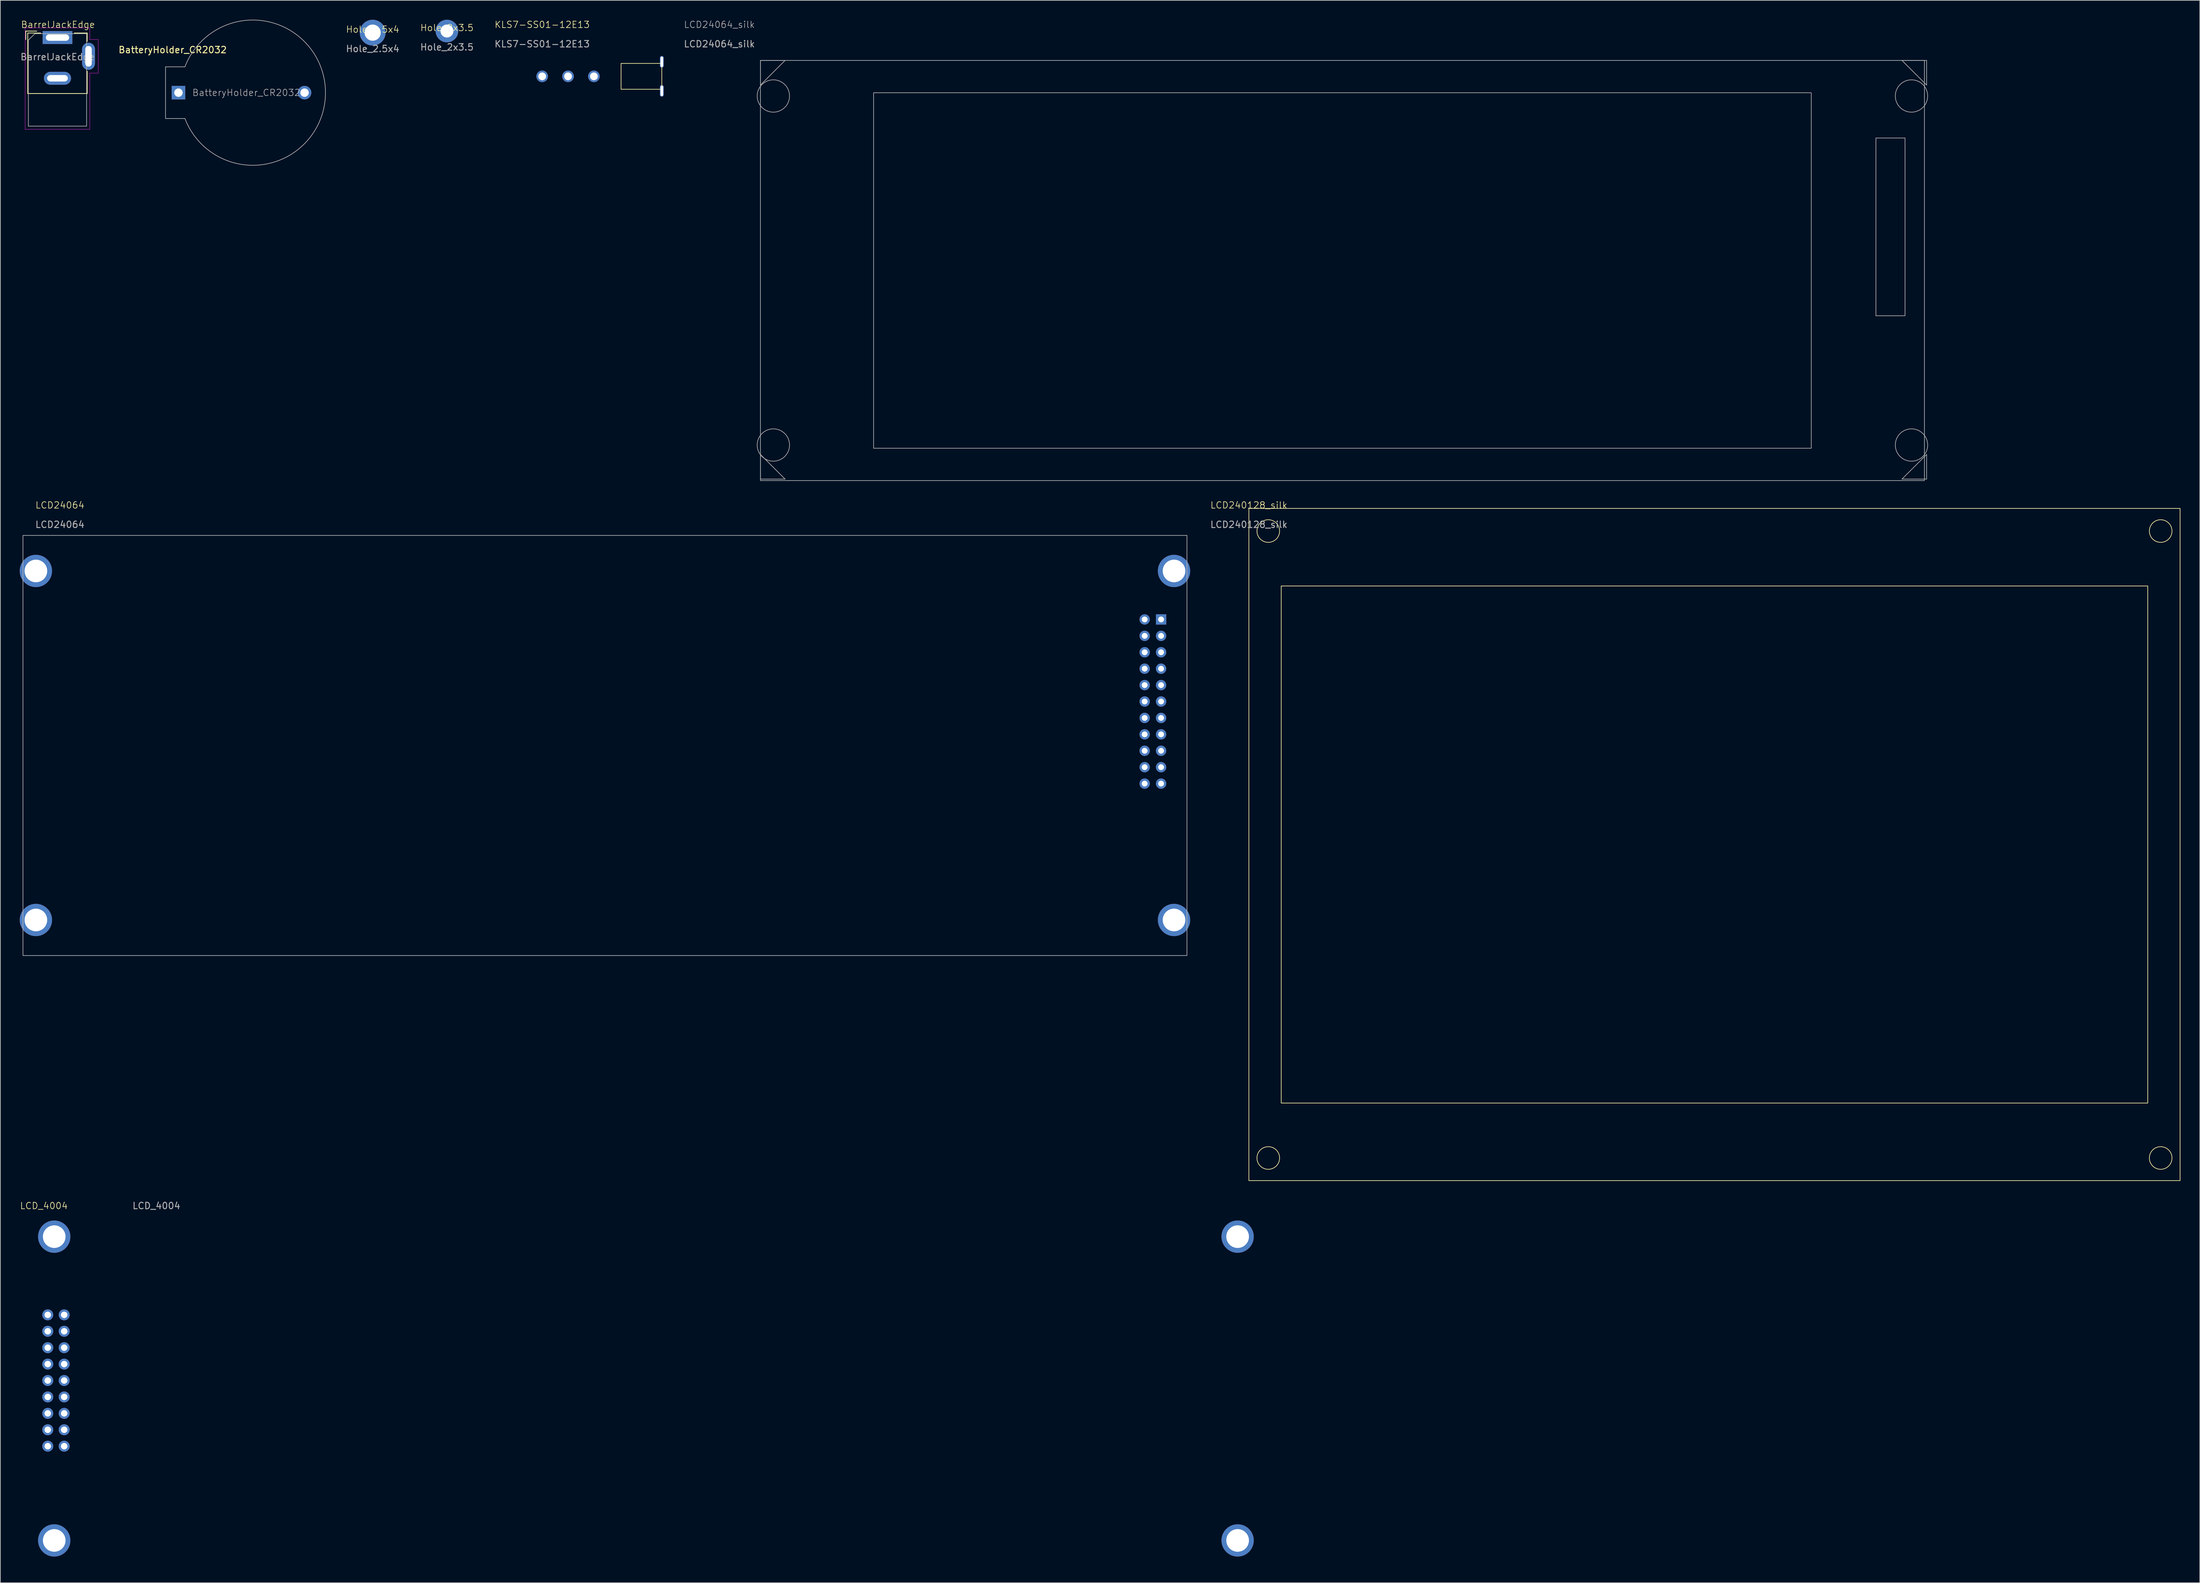
<source format=kicad_pcb>
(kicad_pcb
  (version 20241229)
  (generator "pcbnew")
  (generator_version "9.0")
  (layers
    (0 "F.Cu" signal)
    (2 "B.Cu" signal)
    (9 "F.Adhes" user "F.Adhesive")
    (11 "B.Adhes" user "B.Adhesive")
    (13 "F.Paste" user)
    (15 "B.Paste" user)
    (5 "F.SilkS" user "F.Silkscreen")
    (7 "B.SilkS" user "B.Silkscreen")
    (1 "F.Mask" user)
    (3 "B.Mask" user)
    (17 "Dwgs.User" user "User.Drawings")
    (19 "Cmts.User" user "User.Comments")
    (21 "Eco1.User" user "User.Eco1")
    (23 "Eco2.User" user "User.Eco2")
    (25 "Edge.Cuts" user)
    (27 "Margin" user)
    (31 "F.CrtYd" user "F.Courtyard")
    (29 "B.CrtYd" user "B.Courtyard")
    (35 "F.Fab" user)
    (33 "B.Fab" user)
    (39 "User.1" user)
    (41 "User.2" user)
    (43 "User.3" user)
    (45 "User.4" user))
  (footprint "Hole_2x3.5"
    (layer "F.Cu")
    (at 66.065 1.75)
    (property "Reference" "Hole_2x3.5" (at 0 -0.5 0) (unlocked yes) (layer "F.SilkS") (effects (font (size 1 1) (thickness 0.1))))
    (attr through_hole)
    (fp_text user "${REFERENCE}" (at 0 2.5 0) (unlocked yes) (layer "F.Fab") (effects (font (size 1 1) (thickness 0.15))))
    (pad "" thru_hole circle (at 0 0) (size 3.5 3.5) (drill 2) (layers "*.Cu" "*.Mask")))
  (footprint "KLS7-SS01-12E13"
    (layer "F.Cu")
    (at 80.791 8.761)
    (property "Reference" "KLS7-SS01-12E13" (at 0 -8 0) (unlocked yes) (layer "F.SilkS") (effects (font (size 1 1) (thickness 0.1))))
    (attr through_hole)
    (fp_rect (start 12.2 -2) (end 18.5 2) (stroke (width 0.1) (type default)) (fill no) (layer "F.SilkS"))
    (fp_text user "${REFERENCE}" (at 0 -5 0) (unlocked yes) (layer "F.Fab") (effects (font (size 1 1) (thickness 0.15))))
    (pad "1" thru_hole circle (at 0 0) (size 1.8 1.8) (drill 1.2) (layers "*.Cu" "*.Mask"))
    (pad "1" thru_hole circle (at 4 0) (size 1.8 1.8) (drill 1.2) (layers "*.Cu" "*.Mask"))
    (pad "1" thru_hole circle (at 8 0) (size 1.8 1.8) (drill 1.2) (layers "*.Cu" "*.Mask"))
    (pad "1" thru_hole oval (at 18.5 -2.25) (size 0.6 1.8) (drill oval 0.4 1.6) (layers "*.Cu" "*.Mask"))
    (pad "1" thru_hole oval (at 18.5 2.25) (size 0.6 1.8) (drill oval 0.4 1.6) (layers "*.Cu" "*.Mask")))
  (footprint "LCD24064_silk"
    (layer "F.Cu")
    (at 114.542 6.301)
    (property "Reference" "LCD24064_silk" (at -6.35 -5.54 0) (unlocked yes) (layer "F.Fab") (effects (font (size 1 1) (thickness 0.1))))
    (attr through_hole)
    (fp_line (start 0 0) (end 0 3.81) (stroke (width 0.1) (type default)) (layer "F.Fab"))
    (fp_line (start 0 3.81) (end 3.81 0) (stroke (width 0.1) (type default)) (layer "F.Fab"))
    (fp_line (start 0 60.96) (end 3.81 64.77) (stroke (width 0.1) (type default)) (layer "F.Fab"))
    (fp_line (start 0 64.77) (end 0 60.96) (stroke (width 0.1) (type default)) (layer "F.Fab"))
    (fp_line (start 3.81 0) (end 0 0) (stroke (width 0.1) (type default)) (layer "F.Fab"))
    (fp_line (start 3.81 64.77) (end 0 64.77) (stroke (width 0.1) (type default)) (layer "F.Fab"))
    (fp_line (start 176.53 0) (end 180.34 3.81) (stroke (width 0.1) (type default)) (layer "F.Fab"))
    (fp_line (start 176.53 64.77) (end 180.34 64.77) (stroke (width 0.1) (type default)) (layer "F.Fab"))
    (fp_line (start 180.34 0) (end 176.53 0) (stroke (width 0.1) (type default)) (layer "F.Fab"))
    (fp_line (start 180.34 3.81) (end 180.34 0) (stroke (width 0.1) (type default)) (layer "F.Fab"))
    (fp_line (start 180.34 60.96) (end 176.53 64.77) (stroke (width 0.1) (type default)) (layer "F.Fab"))
    (fp_line (start 180.34 64.77) (end 180.34 60.96) (stroke (width 0.1) (type default)) (layer "F.Fab"))
    (fp_rect (start 0 0) (end 180 65) (stroke (width 0.1) (type default)) (fill no) (layer "F.Fab"))
    (fp_rect (start 17.5 5) (end 162.5 60) (stroke (width 0.1) (type default)) (fill no) (layer "F.Fab"))
    (fp_rect (start 172.5 12) (end 177 39.5) (stroke (width 0.1) (type default)) (fill no) (layer "F.Fab"))
    (fp_circle (center 2 5.5) (end 4.5 5.5) (stroke (width 0.1) (type default)) (fill no) (layer "F.Fab"))
    (fp_circle (center 2 59.5) (end 4.5 59.5) (stroke (width 0.1) (type default)) (fill no) (layer "F.Fab"))
    (fp_circle (center 178 5.5) (end 180.5 5.5) (stroke (width 0.1) (type default)) (fill no) (layer "F.Fab"))
    (fp_circle (center 178 59.5) (end 180.5 59.5) (stroke (width 0.1) (type default)) (fill no) (layer "F.Fab"))
    (fp_text user "${REFERENCE}" (at -6.35 -2.54 0) (unlocked yes) (layer "F.Fab") (effects (font (size 1 1) (thickness 0.15)))))
  (footprint "BatteryHolder_CR2032"
    (layer "F.Cu")
    (at 23.546 11.286)
    (property "Reference" "BatteryHolder_CR2032" (at 0.1 -6.62 0) (layer "F.SilkS") (effects (font (size 1 1) (thickness 0.15))))
    (attr through_hole)
    (fp_line (start -1 -4) (end -1 4) (stroke (width 0.1) (type default)) (layer "F.Fab"))
    (fp_line (start -1 4) (end 2 4) (stroke (width 0.1) (type default)) (layer "F.Fab"))
    (fp_line (start 2 -4) (end -1 -4) (stroke (width 0.1) (type default)) (layer "F.Fab"))
    (fp_arc (start 2 -4) (mid 23.736101 0) (end 2 4) (stroke (width 0.1) (type default)) (layer "F.Fab"))
    (fp_text user "${REFERENCE}" (at 11.5 0 0) (layer "F.Fab") (effects (font (size 1 1) (thickness 0.1))))
    (pad "1" thru_hole rect (at 1 0 270) (size 2.1 2.1) (drill 1.3) (layers "*.Cu" "*.Mask"))
    (pad "2" thru_hole circle (at 20.5 0 270) (size 2.1 2.1) (drill 1.3) (layers "*.Cu" "*.Mask")))
  (footprint "LCD24064"
    (layer "F.Cu")
    (at 0.5 79.786)
    (property "Reference" "LCD24064" (at 5.715 -4.675 0) (unlocked yes) (layer "F.SilkS") (effects (font (size 1 1) (thickness 0.1))))
    (attr through_hole)
    (fp_rect (start 0 0) (end 180 65) (stroke (width 0.1) (type default)) (fill no) (layer "F.Fab"))
    (fp_text user "${REFERENCE}" (at 5.715 -1.675 0) (unlocked yes) (layer "F.Fab") (effects (font (size 1 1) (thickness 0.15))))
    (pad "" thru_hole circle (at 2 5.5) (size 5 5) (drill 3.5) (layers "*.Cu" "*.Mask"))
    (pad "" thru_hole circle (at 2 59.5) (size 5 5) (drill 3.5) (layers "*.Cu" "*.Mask"))
    (pad "" thru_hole circle (at 178 5.5) (size 5 5) (drill 3.5) (layers "*.Cu" "*.Mask"))
    (pad "" thru_hole circle (at 178 59.5) (size 5 5) (drill 3.5) (layers "*.Cu" "*.Mask"))
    (pad "1" thru_hole rect (at 176 13) (size 1.6 1.6) (drill 0.9) (layers "*.Cu" "*.Mask"))
    (pad "2" thru_hole circle (at 173.46 13) (size 1.6 1.6) (drill 0.9) (layers "*.Cu" "*.Mask"))
    (pad "3" thru_hole circle (at 176 15.54) (size 1.6 1.6) (drill 0.9) (layers "*.Cu" "*.Mask"))
    (pad "4" thru_hole circle (at 173.46 15.54) (size 1.6 1.6) (drill 0.9) (layers "*.Cu" "*.Mask"))
    (pad "5" thru_hole circle (at 176 18.08) (size 1.6 1.6) (drill 0.9) (layers "*.Cu" "*.Mask"))
    (pad "6" thru_hole circle (at 173.46 18.08) (size 1.6 1.6) (drill 0.9) (layers "*.Cu" "*.Mask"))
    (pad "7" thru_hole circle (at 176 20.62) (size 1.6 1.6) (drill 0.9) (layers "*.Cu" "*.Mask"))
    (pad "8" thru_hole circle (at 173.46 20.62) (size 1.6 1.6) (drill 0.9) (layers "*.Cu" "*.Mask"))
    (pad "9" thru_hole circle (at 176 23.16) (size 1.6 1.6) (drill 0.9) (layers "*.Cu" "*.Mask"))
    (pad "10" thru_hole circle (at 173.46 23.16) (size 1.6 1.6) (drill 0.9) (layers "*.Cu" "*.Mask"))
    (pad "11" thru_hole circle (at 176 25.7) (size 1.6 1.6) (drill 0.9) (layers "*.Cu" "*.Mask"))
    (pad "12" thru_hole circle (at 173.46 25.7) (size 1.6 1.6) (drill 0.9) (layers "*.Cu" "*.Mask"))
    (pad "13" thru_hole circle (at 176 28.24) (size 1.6 1.6) (drill 0.9) (layers "*.Cu" "*.Mask"))
    (pad "14" thru_hole circle (at 173.46 28.24) (size 1.6 1.6) (drill 0.9) (layers "*.Cu" "*.Mask"))
    (pad "15" thru_hole circle (at 176 30.78) (size 1.6 1.6) (drill 0.9) (layers "*.Cu" "*.Mask"))
    (pad "16" thru_hole circle (at 173.46 30.78) (size 1.6 1.6) (drill 0.9) (layers "*.Cu" "*.Mask"))
    (pad "17" thru_hole circle (at 176 33.32) (size 1.6 1.6) (drill 0.9) (layers "*.Cu" "*.Mask"))
    (pad "18" thru_hole circle (at 173.46 33.32) (size 1.6 1.6) (drill 0.9) (layers "*.Cu" "*.Mask"))
    (pad "19" thru_hole circle (at 176 35.86) (size 1.6 1.6) (drill 0.9) (layers "*.Cu" "*.Mask"))
    (pad "20" thru_hole circle (at 173.46 35.86) (size 1.6 1.6) (drill 0.9) (layers "*.Cu" "*.Mask"))
    (pad "21" thru_hole circle (at 176 38.4) (size 1.6 1.6) (drill 0.9) (layers "*.Cu" "*.Mask"))
    (pad "22" thru_hole circle (at 173.46 38.4) (size 1.6 1.6) (drill 0.9) (layers "*.Cu" "*.Mask")))
  (footprint "BarrelJackEdge"
    (layer "F.Cu")
    (at 5.919 1.26)
    (property "Reference" "BarrelJackEdge" (at 0 -0.5 0) (unlocked yes) (layer "F.SilkS") (effects (font (size 1 1) (thickness 0.1))))
    (attr through_hole)
    (fp_line (start -4.98 0.5) (end -4.98 1.8) (stroke (width 0.12) (type solid)) (layer "F.SilkS"))
    (fp_line (start -4.68 0.8) (end -2.68 0.8) (stroke (width 0.12) (type solid)) (layer "F.SilkS"))
    (fp_line (start -4.68 10.16) (end -4.68 0.8) (stroke (width 0.12) (type solid)) (layer "F.SilkS"))
    (fp_line (start -3.28 0.5) (end -4.98 0.5) (stroke (width 0.12) (type solid)) (layer "F.SilkS"))
    (fp_line (start 2.52 0.8) (end 4.52 0.8) (stroke (width 0.12) (type solid)) (layer "F.SilkS"))
    (fp_line (start 4.52 0.8) (end 4.52 2.1) (stroke (width 0.12) (type solid)) (layer "F.SilkS"))
    (fp_line (start 4.52 6.7) (end 4.52 10.16) (stroke (width 0.12) (type solid)) (layer "F.SilkS"))
    (fp_line (start 4.52 10.16) (end -4.68 10.16) (stroke (width 0.12) (type solid)) (layer "F.SilkS"))
    (fp_line (start -5.08 0) (end -5.08 15.7) (stroke (width 0.05) (type solid)) (layer "F.CrtYd"))
    (fp_line (start -5.08 15.7) (end 4.92 15.7) (stroke (width 0.05) (type solid)) (layer "F.CrtYd"))
    (fp_line (start 4.92 0) (end -5.08 0) (stroke (width 0.05) (type solid)) (layer "F.CrtYd"))
    (fp_line (start 4.92 1.8) (end 4.92 0) (stroke (width 0.05) (type solid)) (layer "F.CrtYd"))
    (fp_line (start 4.92 15.7) (end 4.92 7) (stroke (width 0.05) (type solid)) (layer "F.CrtYd"))
    (fp_line (start 6.22 1.8) (end 4.92 1.8) (stroke (width 0.05) (type solid)) (layer "F.CrtYd"))
    (fp_line (start 6.22 1.8) (end 6.22 7) (stroke (width 0.05) (type solid)) (layer "F.CrtYd"))
    (fp_line (start 6.22 7) (end 4.92 7) (stroke (width 0.05) (type solid)) (layer "F.CrtYd"))
    (fp_line (start -4.58 1.9) (end -3.58 0.9) (stroke (width 0.1) (type solid)) (layer "F.Fab"))
    (fp_line (start -4.58 15.2) (end -4.58 1.9) (stroke (width 0.1) (type solid)) (layer "F.Fab"))
    (fp_line (start 4.42 0.9) (end -3.58 0.9) (stroke (width 0.1) (type solid)) (layer "F.Fab"))
    (fp_line (start 4.42 0.9) (end 4.42 15.2) (stroke (width 0.1) (type solid)) (layer "F.Fab"))
    (fp_line (start 4.42 15.2) (end -4.58 15.2) (stroke (width 0.1) (type solid)) (layer "F.Fab"))
    (fp_text user "${REFERENCE}" (at -0.08 4.5 0) (layer "F.Fab") (effects (font (size 1 1) (thickness 0.15))))
    (pad "1" thru_hole rect (at -0.08 1.5) (size 4.6 2) (drill oval 3.6 1) (layers "*.Cu" "*.Mask"))
    (pad "2" thru_hole oval (at -0.08 7.8) (size 4.2 2) (drill oval 3.2 1) (layers "*.Cu" "*.Mask"))
    (pad "3" thru_hole oval (at 4.72 4.4) (size 2 4.2) (drill oval 1 3.2) (layers "*.Cu" "*.Mask")))
  (footprint "LCD_4004"
    (layer "F.Cu")
    (at 1.835 184.779)
    (property "Reference" "LCD_4004" (at 1.905 -1.27 0) (unlocked yes) (layer "F.SilkS") (effects (font (size 1 1) (thickness 0.1))))
    (attr through_hole)
    (fp_line (start 0 7) (end 7 0) (stroke (width 0.1) (type default)) (layer "User.1"))
    (fp_line (start 0 47) (end 0 7) (stroke (width 0.1) (type default)) (layer "User.1"))
    (fp_line (start 7 0) (end 183 0) (stroke (width 0.1) (type default)) (layer "User.1"))
    (fp_line (start 7 54) (end 0 47) (stroke (width 0.1) (type default)) (layer "User.1"))
    (fp_line (start 183 0) (end 190 7) (stroke (width 0.1) (type default)) (layer "User.1"))
    (fp_line (start 183 54) (end 7 54) (stroke (width 0.1) (type default)) (layer "User.1"))
    (fp_line (start 190 7) (end 190 47) (stroke (width 0.1) (type default)) (layer "User.1"))
    (fp_line (start 190 47) (end 183 54) (stroke (width 0.1) (type default)) (layer "User.1"))
    (fp_text user "${REFERENCE}" (at 19.304 -1.27 0) (unlocked yes) (layer "F.Fab") (effects (font (size 1 1) (thickness 0.15))))
    (pad "" thru_hole circle (at 3.5 3.5) (size 5 5) (drill 3.5) (layers "*.Cu" "*.Mask"))
    (pad "" thru_hole circle (at 3.5 50.5) (size 5 5) (drill 3.5) (layers "*.Cu" "*.Mask"))
    (pad "" thru_hole circle (at 186.5 3.5) (size 5 5) (drill 3.5) (layers "*.Cu" "*.Mask"))
    (pad "" thru_hole circle (at 186.5 50.5) (size 5 5) (drill 3.5) (layers "*.Cu" "*.Mask"))
    (pad "1" thru_hole circle (at 2.5 15.6) (size 1.7 1.7) (drill 1) (layers "*.Cu" "*.Mask"))
    (pad "2" thru_hole circle (at 5.04 15.6) (size 1.7 1.7) (drill 1) (layers "*.Cu" "*.Mask"))
    (pad "3" thru_hole circle (at 2.5 18.14) (size 1.7 1.7) (drill 1) (layers "*.Cu" "*.Mask"))
    (pad "4" thru_hole circle (at 5.04 18.14) (size 1.7 1.7) (drill 1) (layers "*.Cu" "*.Mask"))
    (pad "5" thru_hole circle (at 2.5 20.68) (size 1.7 1.7) (drill 1) (layers "*.Cu" "*.Mask"))
    (pad "6" thru_hole circle (at 5.04 20.68) (size 1.7 1.7) (drill 1) (layers "*.Cu" "*.Mask"))
    (pad "7" thru_hole circle (at 2.5 23.22) (size 1.7 1.7) (drill 1) (layers "*.Cu" "*.Mask"))
    (pad "8" thru_hole circle (at 5.04 23.22) (size 1.7 1.7) (drill 1) (layers "*.Cu" "*.Mask"))
    (pad "9" thru_hole circle (at 2.5 25.76) (size 1.7 1.7) (drill 1) (layers "*.Cu" "*.Mask"))
    (pad "10" thru_hole circle (at 5.04 25.76) (size 1.7 1.7) (drill 1) (layers "*.Cu" "*.Mask"))
    (pad "11" thru_hole circle (at 2.5 28.3) (size 1.7 1.7) (drill 1) (layers "*.Cu" "*.Mask"))
    (pad "12" thru_hole circle (at 5.04 28.3) (size 1.7 1.7) (drill 1) (layers "*.Cu" "*.Mask"))
    (pad "13" thru_hole circle (at 2.5 30.84) (size 1.7 1.7) (drill 1) (layers "*.Cu" "*.Mask"))
    (pad "14" thru_hole circle (at 5.04 30.84) (size 1.7 1.7) (drill 1) (layers "*.Cu" "*.Mask"))
    (pad "15" thru_hole circle (at 2.5 33.38) (size 1.7 1.7) (drill 1) (layers "*.Cu" "*.Mask"))
    (pad "16" thru_hole circle (at 5.04 33.38) (size 1.7 1.7) (drill 1) (layers "*.Cu" "*.Mask"))
    (pad "17" thru_hole circle (at 2.5 35.92) (size 1.7 1.7) (drill 1) (layers "*.Cu" "*.Mask"))
    (pad "18" thru_hole circle (at 5.04 35.92) (size 1.7 1.7) (drill 1) (layers "*.Cu" "*.Mask")))
  (footprint "Hole_2.5x4"
    (layer "F.Cu")
    (at 54.577 2)
    (property "Reference" "Hole_2.5x4" (at 0 -0.5 0) (unlocked yes) (layer "F.SilkS") (effects (font (size 1 1) (thickness 0.1))))
    (attr through_hole)
    (fp_text user "${REFERENCE}" (at 0 2.5 0) (unlocked yes) (layer "F.Fab") (effects (font (size 1 1) (thickness 0.15))))
    (pad "" thru_hole circle (at 0 0) (size 4 4) (drill 2.5) (layers "*.Cu" "*.Mask")))
  (footprint "LCD240128_silk"
    (layer "F.Cu")
    (at 190.077 75.611)
    (property "Reference" "LCD240128_silk" (at 0 -0.5 0) (unlocked yes) (layer "F.SilkS") (effects (font (size 1 1) (thickness 0.1))))
    (attr through_hole)
    (fp_rect (start 0 0) (end 144 104) (stroke (width 0.1) (type default)) (fill no) (layer "F.SilkS"))
    (fp_rect (start 5 12) (end 139 92) (stroke (width 0.1) (type default)) (fill no) (layer "F.SilkS"))
    (fp_circle (center 3 3.5) (end 4.75 3.5) (stroke (width 0.1) (type default)) (fill no) (layer "F.SilkS"))
    (fp_circle (center 3 100.5) (end 4.75 100.5) (stroke (width 0.1) (type default)) (fill no) (layer "F.SilkS"))
    (fp_circle (center 141 3.5) (end 142.75 3.5) (stroke (width 0.1) (type default)) (fill no) (layer "F.SilkS"))
    (fp_circle (center 141 100.5) (end 142.75 100.5) (stroke (width 0.1) (type default)) (fill no) (layer "F.SilkS"))
    (fp_text user "${REFERENCE}" (at 0 2.5 0) (unlocked yes) (layer "F.Fab") (effects (font (size 1 1) (thickness 0.15)))))
  (gr_rect
    (start -3 -3)
    (end 337.127 241.829)
    (stroke (width 0.1) (type default))
    (fill no)
    (layer "Edge.Cuts")))
</source>
